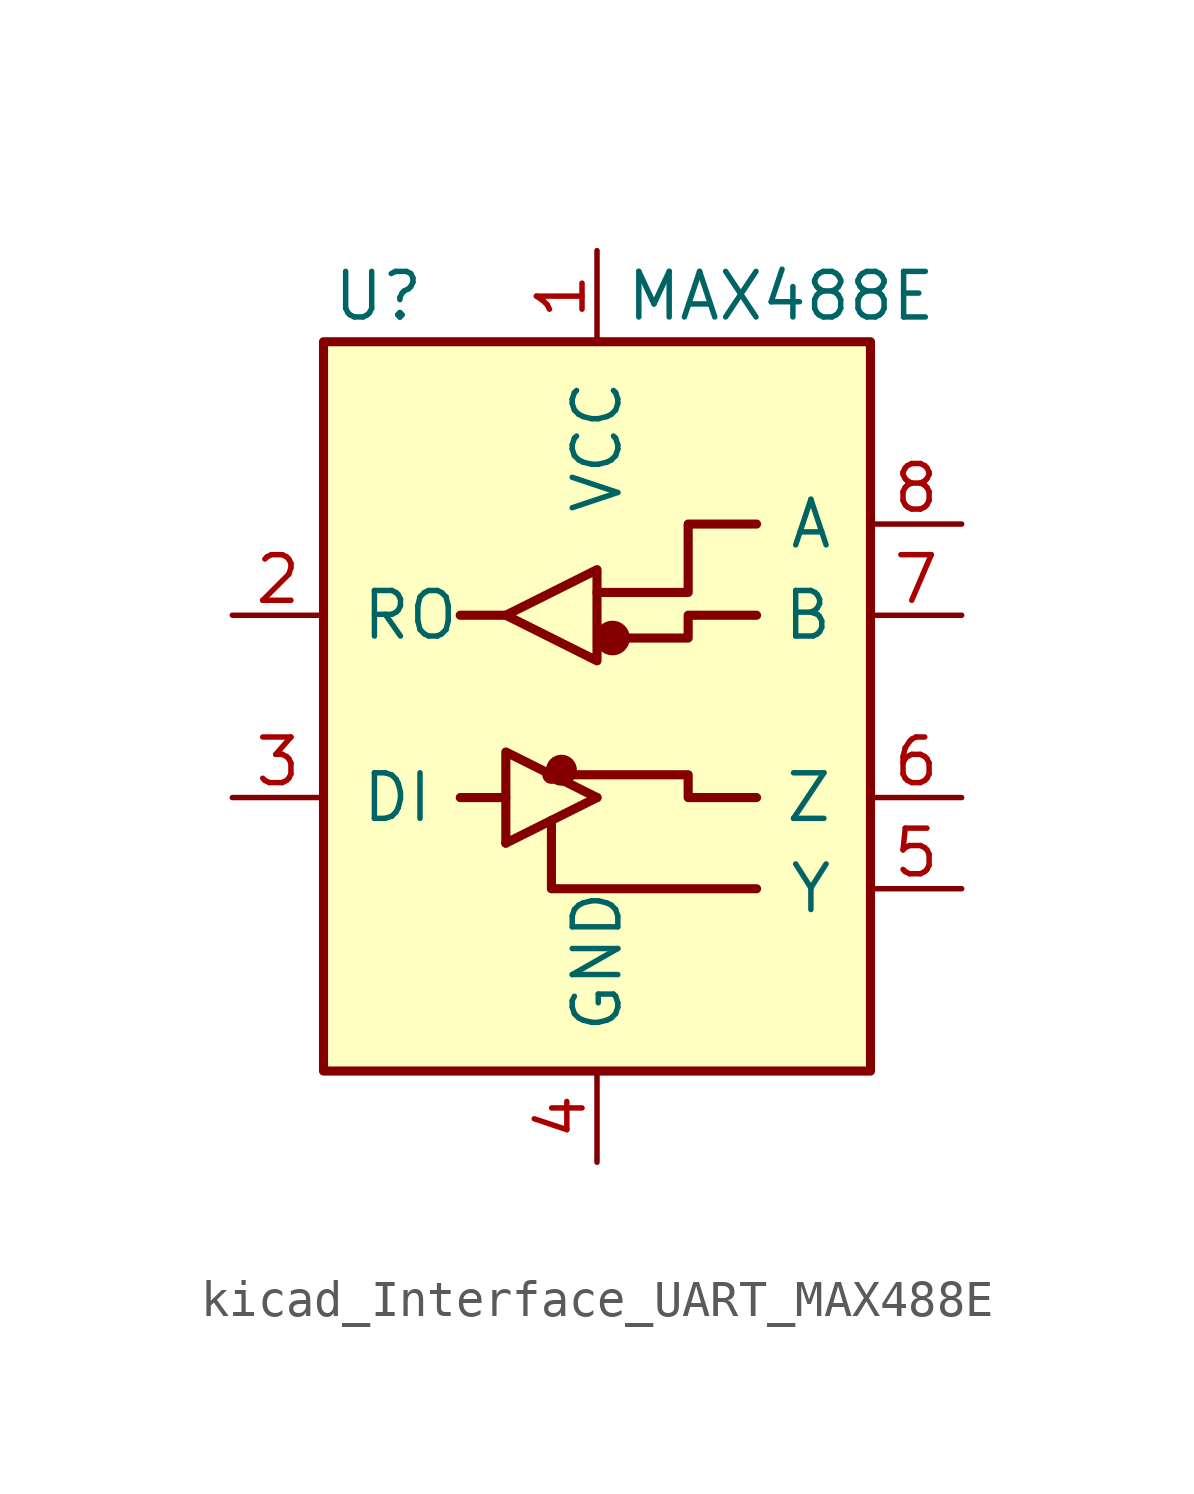
<source format=kicad_sym>
(kicad_symbol_lib
  (version 20220914)
  (generator kicad_symbol_editor)
  (symbol "kicad_Interface_UART_MAX488E"
    (pin_names
      (offset 1.016))
    (property "Reference" "U"
      (at -6.096 11.43 0)
      (effects (font (size 1.27 1.27))))
    (property "Value" "MAX488E"
      (at 0.762 11.43 0)
      (effects (font (size 1.27 1.27)) (justify left)))
    (symbol "kicad_Interface_UART_MAX488E_0_1"
      (rectangle (start -7.62 10.16) (end 7.62 -10.16) (stroke (width 0.254) (type default)) (fill (type background)))
      (circle (center -1.27 -1.905) (radius 0.0001) (stroke (width 0.254) (type default)) (fill (type none)))
      (circle (center -0.991 -1.778) (radius 0.305) (stroke (width 0.254) (type default)) (fill (type outline)))
      (polyline (pts (xy -2.54 -3.81) (xy 0 -2.54)) (stroke (width 0.254) (type default)) (fill (type none)))
      (polyline (pts (xy -2.54 -2.54) (xy -3.81 -2.54)) (stroke (width 0.254) (type default)) (fill (type none)))
      (polyline (pts (xy -2.54 2.54) (xy -3.81 2.54)) (stroke (width 0.254) (type default)) (fill (type none)))
      (polyline (pts (xy -0.635 -1.905) (xy -1.27 -1.905)) (stroke (width 0) (type default)) (fill (type none)))
      (polyline (pts (xy -2.54 -3.81) (xy -2.54 -1.27) (xy 0 -2.54)) (stroke (width 0.254) (type default)) (fill (type none)))
      (polyline (pts (xy -1.27 -3.175) (xy -1.27 -5.08) (xy 4.445 -5.08)) (stroke (width 0.254) (type default)) (fill (type none)))
      (polyline (pts (xy -2.54 2.54) (xy 0 3.81) (xy 0 1.27) (xy -2.54 2.54)) (stroke (width 0.254) (type default)) (fill (type none)))
      (polyline (pts (xy -0.635 -1.905) (xy 2.54 -1.905) (xy 2.54 -2.54) (xy 4.445 -2.54)) (stroke (width 0.254) (type default)) (fill (type none)))
      (polyline (pts (xy 0 3.175) (xy 2.54 3.175) (xy 2.54 5.08) (xy 4.445 5.08)) (stroke (width 0.254) (type default)) (fill (type none)))
      (polyline (pts (xy 0.635 1.905) (xy 2.54 1.905) (xy 2.54 2.54) (xy 4.445 2.54)) (stroke (width 0.254) (type default)) (fill (type none)))
      (circle (center 0.432 1.905) (radius 0.356) (stroke (width 0.254) (type default)) (fill (type outline))))
    (symbol "kicad_Interface_UART_MAX488E_1_1"
      (pin power_in line (at 0 12.7 270) (length 2.54) (name "VCC" (effects (font (size 1.27 1.27)))) (number "1" (effects (font (size 1.27 1.27)))))
      (pin output line (at -10.16 2.54 0) (length 2.54) (name "RO" (effects (font (size 1.27 1.27)))) (number "2" (effects (font (size 1.27 1.27)))))
      (pin input line (at -10.16 -2.54 0) (length 2.54) (name "DI" (effects (font (size 1.27 1.27)))) (number "3" (effects (font (size 1.27 1.27)))))
      (pin power_in line (at 0 -12.7 90) (length 2.54) (name "GND" (effects (font (size 1.27 1.27)))) (number "4" (effects (font (size 1.27 1.27)))))
      (pin output line (at 10.16 -5.08 180) (length 2.54) (name "Y" (effects (font (size 1.27 1.27)))) (number "5" (effects (font (size 1.27 1.27)))))
      (pin output line (at 10.16 -2.54 180) (length 2.54) (name "Z" (effects (font (size 1.27 1.27)))) (number "6" (effects (font (size 1.27 1.27)))))
      (pin input line (at 10.16 2.54 180) (length 2.54) (name "B" (effects (font (size 1.27 1.27)))) (number "7" (effects (font (size 1.27 1.27)))))
      (pin input line (at 10.16 5.08 180) (length 2.54) (name "A" (effects (font (size 1.27 1.27)))) (number "8" (effects (font (size 1.27 1.27))))))))
</source>
